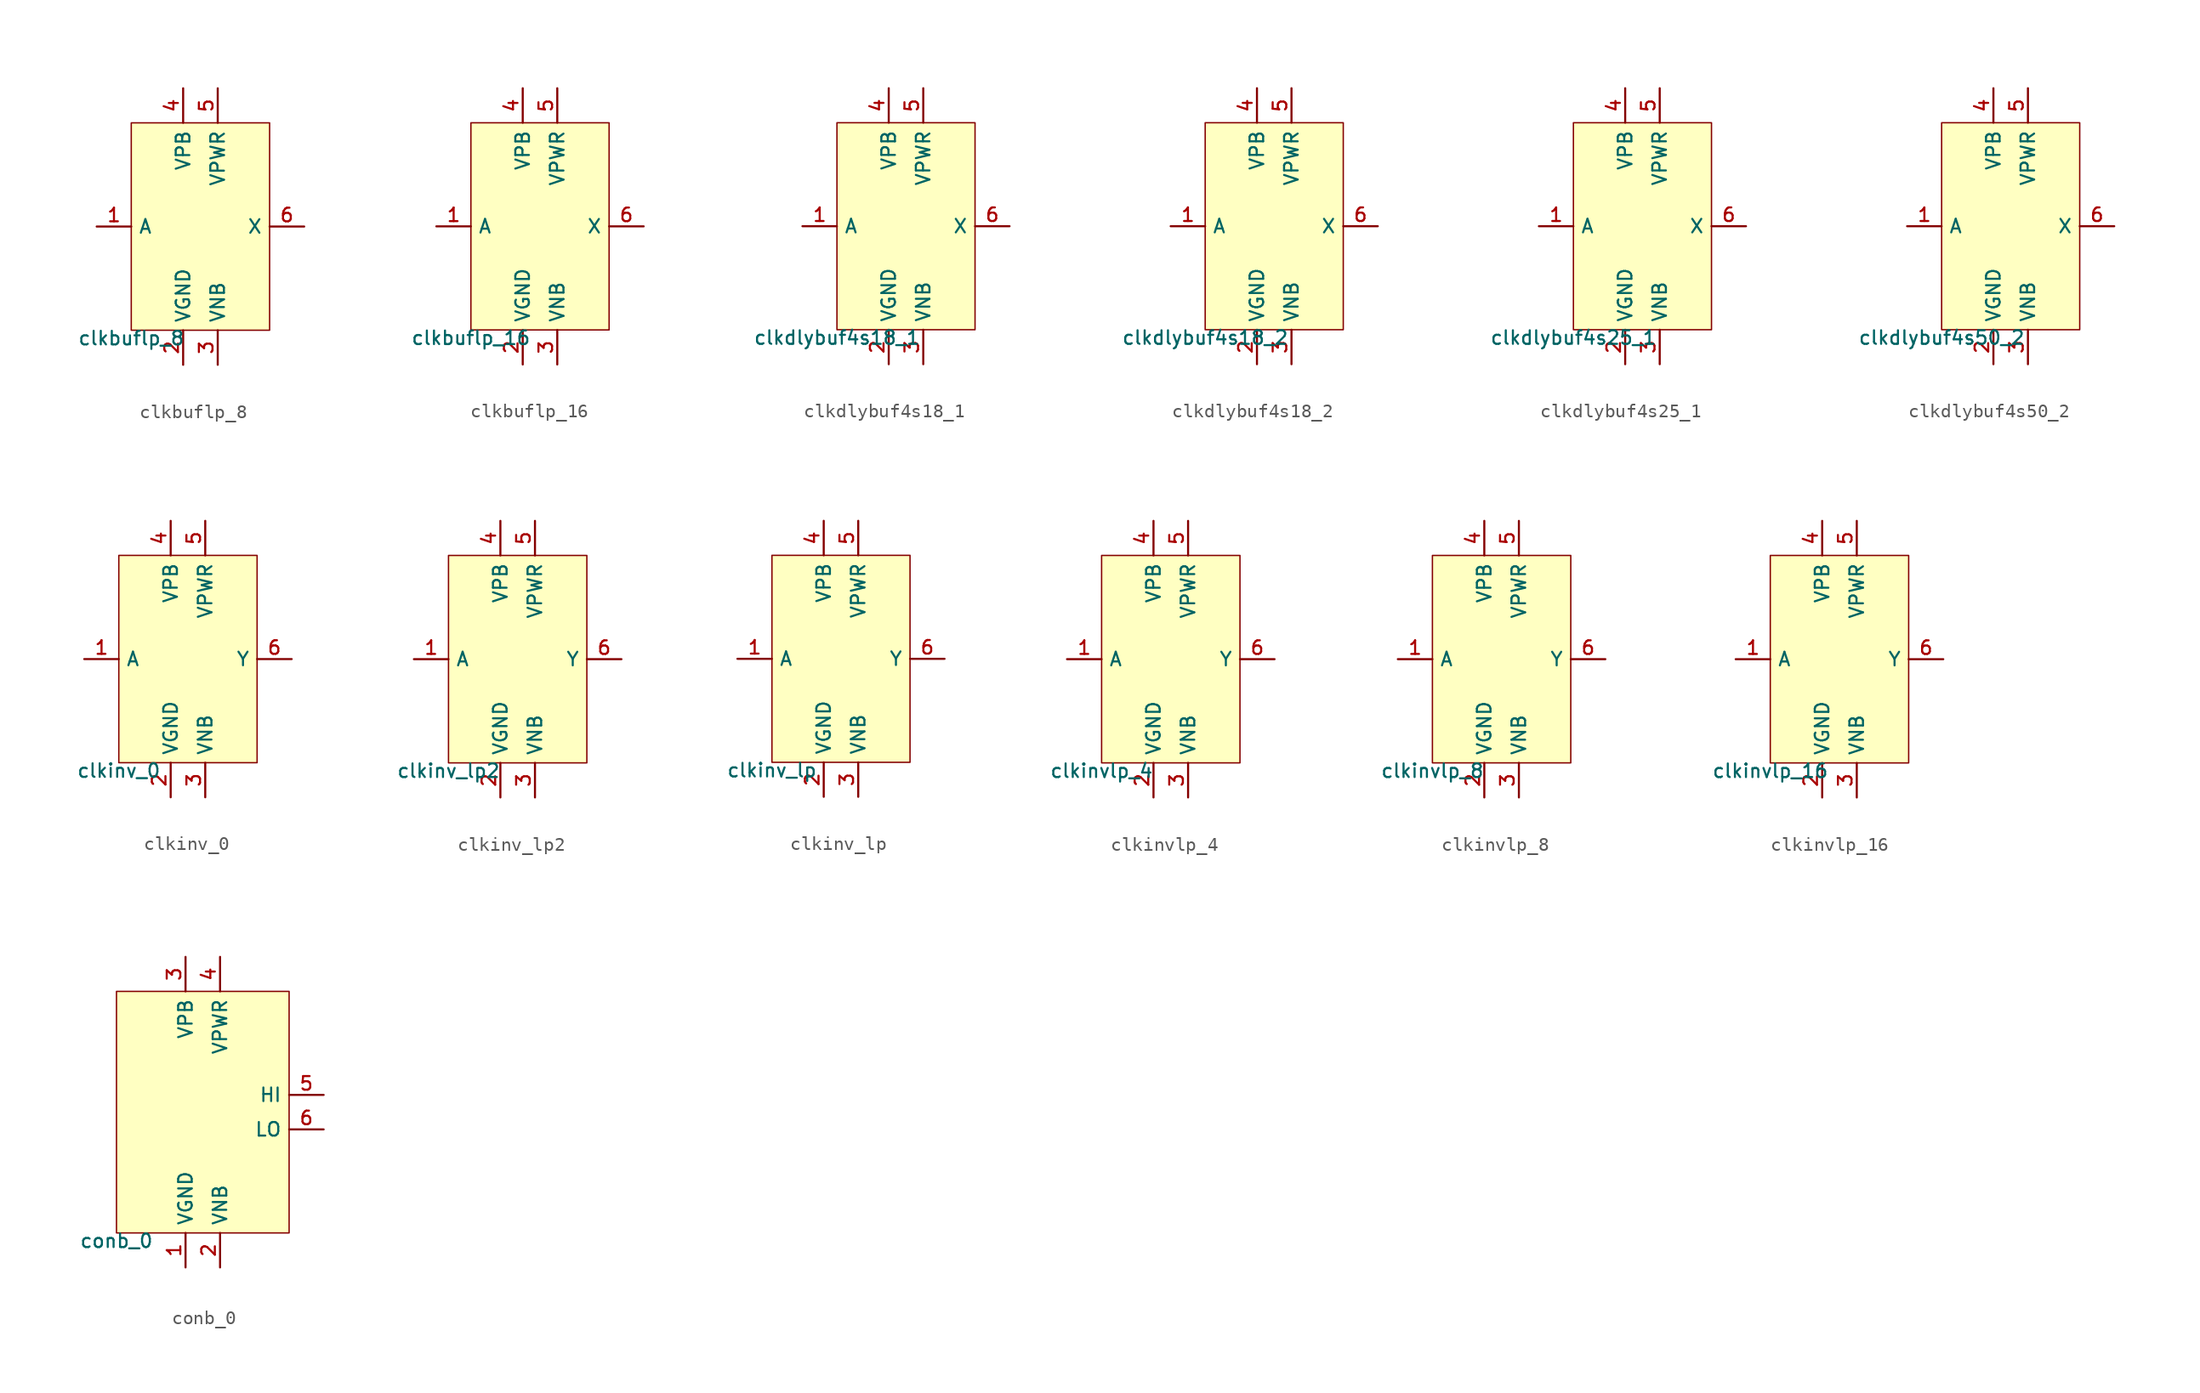
<source format=kicad_sym>
(kicad_symbol_lib
  (version 20211014)
  (generator pdk2kicad)
  (symbol "clkbuflp_8"
    (property "Reference" "X"
      (at 0 0 0)
      (effects (font (size 1 1)) hide))
    (property "Value" "clkbuflp_8"
      (at -5.08 -7.62 0)
      (effects (font (size 1 1)) (justify top)))
    (rectangle
      (start -5.08 -7.62)
      (end 5.08 7.62)
      (stroke (width 0.1) (type solid) (color 0 0 0 0))
      (fill (type background)))
    (pin input line
      (at -7.62 0.0 0)
      (length 2.54)
      (name "A" (effects (font (size 1 1)) hide))
      (number "1" (effects (font (size 1 1)) hide)))
    (pin power_in line
      (at -1.27 -10.16 90)
      (length 2.54)
      (name "VGND" (effects (font (size 1 1)) hide))
      (number "2" (effects (font (size 1 1)) hide)))
    (pin power_in line
      (at 1.27 -10.16 90)
      (length 2.54)
      (name "VNB" (effects (font (size 1 1)) hide))
      (number "3" (effects (font (size 1 1)) hide)))
    (pin power_in line
      (at -1.27 10.16 270)
      (length 2.54)
      (name "VPB" (effects (font (size 1 1)) hide))
      (number "4" (effects (font (size 1 1)) hide)))
    (pin power_in line
      (at 1.27 10.16 270)
      (length 2.54)
      (name "VPWR" (effects (font (size 1 1)) hide))
      (number "5" (effects (font (size 1 1)) hide)))
    (pin output line
      (at 7.62 0.0 180)
      (length 2.54)
      (name "X" (effects (font (size 1 1)) hide))
      (number "6" (effects (font (size 1 1)) hide))))
  (symbol "clkbuflp_16"
    (property "Reference" "X"
      (at 0 0 0)
      (effects (font (size 1 1)) hide))
    (property "Value" "clkbuflp_16"
      (at -5.08 -7.62 0)
      (effects (font (size 1 1)) (justify top)))
    (rectangle
      (start -5.08 -7.62)
      (end 5.08 7.62)
      (stroke (width 0.1) (type solid) (color 0 0 0 0))
      (fill (type background)))
    (pin input line
      (at -7.62 0.0 0)
      (length 2.54)
      (name "A" (effects (font (size 1 1)) hide))
      (number "1" (effects (font (size 1 1)) hide)))
    (pin power_in line
      (at -1.27 -10.16 90)
      (length 2.54)
      (name "VGND" (effects (font (size 1 1)) hide))
      (number "2" (effects (font (size 1 1)) hide)))
    (pin power_in line
      (at 1.27 -10.16 90)
      (length 2.54)
      (name "VNB" (effects (font (size 1 1)) hide))
      (number "3" (effects (font (size 1 1)) hide)))
    (pin power_in line
      (at -1.27 10.16 270)
      (length 2.54)
      (name "VPB" (effects (font (size 1 1)) hide))
      (number "4" (effects (font (size 1 1)) hide)))
    (pin power_in line
      (at 1.27 10.16 270)
      (length 2.54)
      (name "VPWR" (effects (font (size 1 1)) hide))
      (number "5" (effects (font (size 1 1)) hide)))
    (pin output line
      (at 7.62 0.0 180)
      (length 2.54)
      (name "X" (effects (font (size 1 1)) hide))
      (number "6" (effects (font (size 1 1)) hide))))
  (symbol "clkdlybuf4s18_1"
    (property "Reference" "X"
      (at 0 0 0)
      (effects (font (size 1 1)) hide))
    (property "Value" "clkdlybuf4s18_1"
      (at -5.08 -7.62 0)
      (effects (font (size 1 1)) (justify top)))
    (rectangle
      (start -5.08 -7.62)
      (end 5.08 7.62)
      (stroke (width 0.1) (type solid) (color 0 0 0 0))
      (fill (type background)))
    (pin input line
      (at -7.62 0.0 0)
      (length 2.54)
      (name "A" (effects (font (size 1 1)) hide))
      (number "1" (effects (font (size 1 1)) hide)))
    (pin power_in line
      (at -1.27 -10.16 90)
      (length 2.54)
      (name "VGND" (effects (font (size 1 1)) hide))
      (number "2" (effects (font (size 1 1)) hide)))
    (pin power_in line
      (at 1.27 -10.16 90)
      (length 2.54)
      (name "VNB" (effects (font (size 1 1)) hide))
      (number "3" (effects (font (size 1 1)) hide)))
    (pin power_in line
      (at -1.27 10.16 270)
      (length 2.54)
      (name "VPB" (effects (font (size 1 1)) hide))
      (number "4" (effects (font (size 1 1)) hide)))
    (pin power_in line
      (at 1.27 10.16 270)
      (length 2.54)
      (name "VPWR" (effects (font (size 1 1)) hide))
      (number "5" (effects (font (size 1 1)) hide)))
    (pin output line
      (at 7.62 0.0 180)
      (length 2.54)
      (name "X" (effects (font (size 1 1)) hide))
      (number "6" (effects (font (size 1 1)) hide))))
  (symbol "clkdlybuf4s18_2"
    (property "Reference" "X"
      (at 0 0 0)
      (effects (font (size 1 1)) hide))
    (property "Value" "clkdlybuf4s18_2"
      (at -5.08 -7.62 0)
      (effects (font (size 1 1)) (justify top)))
    (rectangle
      (start -5.08 -7.62)
      (end 5.08 7.62)
      (stroke (width 0.1) (type solid) (color 0 0 0 0))
      (fill (type background)))
    (pin input line
      (at -7.62 0.0 0)
      (length 2.54)
      (name "A" (effects (font (size 1 1)) hide))
      (number "1" (effects (font (size 1 1)) hide)))
    (pin power_in line
      (at -1.27 -10.16 90)
      (length 2.54)
      (name "VGND" (effects (font (size 1 1)) hide))
      (number "2" (effects (font (size 1 1)) hide)))
    (pin power_in line
      (at 1.27 -10.16 90)
      (length 2.54)
      (name "VNB" (effects (font (size 1 1)) hide))
      (number "3" (effects (font (size 1 1)) hide)))
    (pin power_in line
      (at -1.27 10.16 270)
      (length 2.54)
      (name "VPB" (effects (font (size 1 1)) hide))
      (number "4" (effects (font (size 1 1)) hide)))
    (pin power_in line
      (at 1.27 10.16 270)
      (length 2.54)
      (name "VPWR" (effects (font (size 1 1)) hide))
      (number "5" (effects (font (size 1 1)) hide)))
    (pin output line
      (at 7.62 0.0 180)
      (length 2.54)
      (name "X" (effects (font (size 1 1)) hide))
      (number "6" (effects (font (size 1 1)) hide))))
  (symbol "clkdlybuf4s25_1"
    (property "Reference" "X"
      (at 0 0 0)
      (effects (font (size 1 1)) hide))
    (property "Value" "clkdlybuf4s25_1"
      (at -5.08 -7.62 0)
      (effects (font (size 1 1)) (justify top)))
    (rectangle
      (start -5.08 -7.62)
      (end 5.08 7.62)
      (stroke (width 0.1) (type solid) (color 0 0 0 0))
      (fill (type background)))
    (pin input line
      (at -7.62 0.0 0)
      (length 2.54)
      (name "A" (effects (font (size 1 1)) hide))
      (number "1" (effects (font (size 1 1)) hide)))
    (pin power_in line
      (at -1.27 -10.16 90)
      (length 2.54)
      (name "VGND" (effects (font (size 1 1)) hide))
      (number "2" (effects (font (size 1 1)) hide)))
    (pin power_in line
      (at 1.27 -10.16 90)
      (length 2.54)
      (name "VNB" (effects (font (size 1 1)) hide))
      (number "3" (effects (font (size 1 1)) hide)))
    (pin power_in line
      (at -1.27 10.16 270)
      (length 2.54)
      (name "VPB" (effects (font (size 1 1)) hide))
      (number "4" (effects (font (size 1 1)) hide)))
    (pin power_in line
      (at 1.27 10.16 270)
      (length 2.54)
      (name "VPWR" (effects (font (size 1 1)) hide))
      (number "5" (effects (font (size 1 1)) hide)))
    (pin output line
      (at 7.62 0.0 180)
      (length 2.54)
      (name "X" (effects (font (size 1 1)) hide))
      (number "6" (effects (font (size 1 1)) hide))))
  (symbol "clkdlybuf4s50_2"
    (property "Reference" "X"
      (at 0 0 0)
      (effects (font (size 1 1)) hide))
    (property "Value" "clkdlybuf4s50_2"
      (at -5.08 -7.62 0)
      (effects (font (size 1 1)) (justify top)))
    (rectangle
      (start -5.08 -7.62)
      (end 5.08 7.62)
      (stroke (width 0.1) (type solid) (color 0 0 0 0))
      (fill (type background)))
    (pin input line
      (at -7.62 0.0 0)
      (length 2.54)
      (name "A" (effects (font (size 1 1)) hide))
      (number "1" (effects (font (size 1 1)) hide)))
    (pin power_in line
      (at -1.27 -10.16 90)
      (length 2.54)
      (name "VGND" (effects (font (size 1 1)) hide))
      (number "2" (effects (font (size 1 1)) hide)))
    (pin power_in line
      (at 1.27 -10.16 90)
      (length 2.54)
      (name "VNB" (effects (font (size 1 1)) hide))
      (number "3" (effects (font (size 1 1)) hide)))
    (pin power_in line
      (at -1.27 10.16 270)
      (length 2.54)
      (name "VPB" (effects (font (size 1 1)) hide))
      (number "4" (effects (font (size 1 1)) hide)))
    (pin power_in line
      (at 1.27 10.16 270)
      (length 2.54)
      (name "VPWR" (effects (font (size 1 1)) hide))
      (number "5" (effects (font (size 1 1)) hide)))
    (pin output line
      (at 7.62 0.0 180)
      (length 2.54)
      (name "X" (effects (font (size 1 1)) hide))
      (number "6" (effects (font (size 1 1)) hide))))
  (symbol "clkinv_0"
    (property "Reference" "X"
      (at 0 0 0)
      (effects (font (size 1 1)) hide))
    (property "Value" "clkinv_0"
      (at -5.08 -7.62 0)
      (effects (font (size 1 1)) (justify top)))
    (rectangle
      (start -5.08 -7.62)
      (end 5.08 7.62)
      (stroke (width 0.1) (type solid) (color 0 0 0 0))
      (fill (type background)))
    (pin input line
      (at -7.62 0.0 0)
      (length 2.54)
      (name "A" (effects (font (size 1 1)) hide))
      (number "1" (effects (font (size 1 1)) hide)))
    (pin power_in line
      (at -1.27 -10.16 90)
      (length 2.54)
      (name "VGND" (effects (font (size 1 1)) hide))
      (number "2" (effects (font (size 1 1)) hide)))
    (pin power_in line
      (at 1.27 -10.16 90)
      (length 2.54)
      (name "VNB" (effects (font (size 1 1)) hide))
      (number "3" (effects (font (size 1 1)) hide)))
    (pin power_in line
      (at -1.27 10.16 270)
      (length 2.54)
      (name "VPB" (effects (font (size 1 1)) hide))
      (number "4" (effects (font (size 1 1)) hide)))
    (pin power_in line
      (at 1.27 10.16 270)
      (length 2.54)
      (name "VPWR" (effects (font (size 1 1)) hide))
      (number "5" (effects (font (size 1 1)) hide)))
    (pin output line
      (at 7.62 0.0 180)
      (length 2.54)
      (name "Y" (effects (font (size 1 1)) hide))
      (number "6" (effects (font (size 1 1)) hide))))
  (symbol "clkinv_lp2"
    (property "Reference" "X"
      (at 0 0 0)
      (effects (font (size 1 1)) hide))
    (property "Value" "clkinv_lp2"
      (at -5.08 -7.62 0)
      (effects (font (size 1 1)) (justify top)))
    (rectangle
      (start -5.08 -7.62)
      (end 5.08 7.62)
      (stroke (width 0.1) (type solid) (color 0 0 0 0))
      (fill (type background)))
    (pin input line
      (at -7.62 0.0 0)
      (length 2.54)
      (name "A" (effects (font (size 1 1)) hide))
      (number "1" (effects (font (size 1 1)) hide)))
    (pin power_in line
      (at -1.27 -10.16 90)
      (length 2.54)
      (name "VGND" (effects (font (size 1 1)) hide))
      (number "2" (effects (font (size 1 1)) hide)))
    (pin power_in line
      (at 1.27 -10.16 90)
      (length 2.54)
      (name "VNB" (effects (font (size 1 1)) hide))
      (number "3" (effects (font (size 1 1)) hide)))
    (pin power_in line
      (at -1.27 10.16 270)
      (length 2.54)
      (name "VPB" (effects (font (size 1 1)) hide))
      (number "4" (effects (font (size 1 1)) hide)))
    (pin power_in line
      (at 1.27 10.16 270)
      (length 2.54)
      (name "VPWR" (effects (font (size 1 1)) hide))
      (number "5" (effects (font (size 1 1)) hide)))
    (pin output line
      (at 7.62 0.0 180)
      (length 2.54)
      (name "Y" (effects (font (size 1 1)) hide))
      (number "6" (effects (font (size 1 1)) hide))))
  (symbol "clkinv_lp"
    (property "Reference" "X"
      (at 0 0 0)
      (effects (font (size 1 1)) hide))
    (property "Value" "clkinv_lp"
      (at -5.08 -7.62 0)
      (effects (font (size 1 1)) (justify top)))
    (rectangle
      (start -5.08 -7.62)
      (end 5.08 7.62)
      (stroke (width 0.1) (type solid) (color 0 0 0 0))
      (fill (type background)))
    (pin input line
      (at -7.62 0.0 0)
      (length 2.54)
      (name "A" (effects (font (size 1 1)) hide))
      (number "1" (effects (font (size 1 1)) hide)))
    (pin power_in line
      (at -1.27 -10.16 90)
      (length 2.54)
      (name "VGND" (effects (font (size 1 1)) hide))
      (number "2" (effects (font (size 1 1)) hide)))
    (pin power_in line
      (at 1.27 -10.16 90)
      (length 2.54)
      (name "VNB" (effects (font (size 1 1)) hide))
      (number "3" (effects (font (size 1 1)) hide)))
    (pin power_in line
      (at -1.27 10.16 270)
      (length 2.54)
      (name "VPB" (effects (font (size 1 1)) hide))
      (number "4" (effects (font (size 1 1)) hide)))
    (pin power_in line
      (at 1.27 10.16 270)
      (length 2.54)
      (name "VPWR" (effects (font (size 1 1)) hide))
      (number "5" (effects (font (size 1 1)) hide)))
    (pin output line
      (at 7.62 0.0 180)
      (length 2.54)
      (name "Y" (effects (font (size 1 1)) hide))
      (number "6" (effects (font (size 1 1)) hide))))
  (symbol "clkinvlp_4"
    (property "Reference" "X"
      (at 0 0 0)
      (effects (font (size 1 1)) hide))
    (property "Value" "clkinvlp_4"
      (at -5.08 -7.62 0)
      (effects (font (size 1 1)) (justify top)))
    (rectangle
      (start -5.08 -7.62)
      (end 5.08 7.62)
      (stroke (width 0.1) (type solid) (color 0 0 0 0))
      (fill (type background)))
    (pin input line
      (at -7.62 0.0 0)
      (length 2.54)
      (name "A" (effects (font (size 1 1)) hide))
      (number "1" (effects (font (size 1 1)) hide)))
    (pin power_in line
      (at -1.27 -10.16 90)
      (length 2.54)
      (name "VGND" (effects (font (size 1 1)) hide))
      (number "2" (effects (font (size 1 1)) hide)))
    (pin power_in line
      (at 1.27 -10.16 90)
      (length 2.54)
      (name "VNB" (effects (font (size 1 1)) hide))
      (number "3" (effects (font (size 1 1)) hide)))
    (pin power_in line
      (at -1.27 10.16 270)
      (length 2.54)
      (name "VPB" (effects (font (size 1 1)) hide))
      (number "4" (effects (font (size 1 1)) hide)))
    (pin power_in line
      (at 1.27 10.16 270)
      (length 2.54)
      (name "VPWR" (effects (font (size 1 1)) hide))
      (number "5" (effects (font (size 1 1)) hide)))
    (pin output line
      (at 7.62 0.0 180)
      (length 2.54)
      (name "Y" (effects (font (size 1 1)) hide))
      (number "6" (effects (font (size 1 1)) hide))))
  (symbol "clkinvlp_8"
    (property "Reference" "X"
      (at 0 0 0)
      (effects (font (size 1 1)) hide))
    (property "Value" "clkinvlp_8"
      (at -5.08 -7.62 0)
      (effects (font (size 1 1)) (justify top)))
    (rectangle
      (start -5.08 -7.62)
      (end 5.08 7.62)
      (stroke (width 0.1) (type solid) (color 0 0 0 0))
      (fill (type background)))
    (pin input line
      (at -7.62 0.0 0)
      (length 2.54)
      (name "A" (effects (font (size 1 1)) hide))
      (number "1" (effects (font (size 1 1)) hide)))
    (pin power_in line
      (at -1.27 -10.16 90)
      (length 2.54)
      (name "VGND" (effects (font (size 1 1)) hide))
      (number "2" (effects (font (size 1 1)) hide)))
    (pin power_in line
      (at 1.27 -10.16 90)
      (length 2.54)
      (name "VNB" (effects (font (size 1 1)) hide))
      (number "3" (effects (font (size 1 1)) hide)))
    (pin power_in line
      (at -1.27 10.16 270)
      (length 2.54)
      (name "VPB" (effects (font (size 1 1)) hide))
      (number "4" (effects (font (size 1 1)) hide)))
    (pin power_in line
      (at 1.27 10.16 270)
      (length 2.54)
      (name "VPWR" (effects (font (size 1 1)) hide))
      (number "5" (effects (font (size 1 1)) hide)))
    (pin output line
      (at 7.62 0.0 180)
      (length 2.54)
      (name "Y" (effects (font (size 1 1)) hide))
      (number "6" (effects (font (size 1 1)) hide))))
  (symbol "clkinvlp_16"
    (property "Reference" "X"
      (at 0 0 0)
      (effects (font (size 1 1)) hide))
    (property "Value" "clkinvlp_16"
      (at -5.08 -7.62 0)
      (effects (font (size 1 1)) (justify top)))
    (rectangle
      (start -5.08 -7.62)
      (end 5.08 7.62)
      (stroke (width 0.1) (type solid) (color 0 0 0 0))
      (fill (type background)))
    (pin input line
      (at -7.62 0.0 0)
      (length 2.54)
      (name "A" (effects (font (size 1 1)) hide))
      (number "1" (effects (font (size 1 1)) hide)))
    (pin power_in line
      (at -1.27 -10.16 90)
      (length 2.54)
      (name "VGND" (effects (font (size 1 1)) hide))
      (number "2" (effects (font (size 1 1)) hide)))
    (pin power_in line
      (at 1.27 -10.16 90)
      (length 2.54)
      (name "VNB" (effects (font (size 1 1)) hide))
      (number "3" (effects (font (size 1 1)) hide)))
    (pin power_in line
      (at -1.27 10.16 270)
      (length 2.54)
      (name "VPB" (effects (font (size 1 1)) hide))
      (number "4" (effects (font (size 1 1)) hide)))
    (pin power_in line
      (at 1.27 10.16 270)
      (length 2.54)
      (name "VPWR" (effects (font (size 1 1)) hide))
      (number "5" (effects (font (size 1 1)) hide)))
    (pin output line
      (at 7.62 0.0 180)
      (length 2.54)
      (name "Y" (effects (font (size 1 1)) hide))
      (number "6" (effects (font (size 1 1)) hide))))
  (symbol "conb_0"
    (property "Reference" "X"
      (at 0 0 0)
      (effects (font (size 1 1)) hide))
    (property "Value" "conb_0"
      (at -6.35 -8.89 0)
      (effects (font (size 1 1)) (justify top)))
    (rectangle
      (start -6.35 -8.89)
      (end 6.35 8.89)
      (stroke (width 0.1) (type solid) (color 0 0 0 0))
      (fill (type background)))
    (pin power_in line
      (at -1.27 -11.43 90)
      (length 2.54)
      (name "VGND" (effects (font (size 1 1)) hide))
      (number "1" (effects (font (size 1 1)) hide)))
    (pin power_in line
      (at 1.27 -11.43 90)
      (length 2.54)
      (name "VNB" (effects (font (size 1 1)) hide))
      (number "2" (effects (font (size 1 1)) hide)))
    (pin power_in line
      (at -1.27 11.43 270)
      (length 2.54)
      (name "VPB" (effects (font (size 1 1)) hide))
      (number "3" (effects (font (size 1 1)) hide)))
    (pin power_in line
      (at 1.27 11.43 270)
      (length 2.54)
      (name "VPWR" (effects (font (size 1 1)) hide))
      (number "4" (effects (font (size 1 1)) hide)))
    (pin output line
      (at 8.89 1.27 180)
      (length 2.54)
      (name "HI" (effects (font (size 1 1)) hide))
      (number "5" (effects (font (size 1 1)) hide)))
    (pin output line
      (at 8.89 -1.27 180)
      (length 2.54)
      (name "LO" (effects (font (size 1 1)) hide))
      (number "6" (effects (font (size 1 1)) hide)))))
</source>
